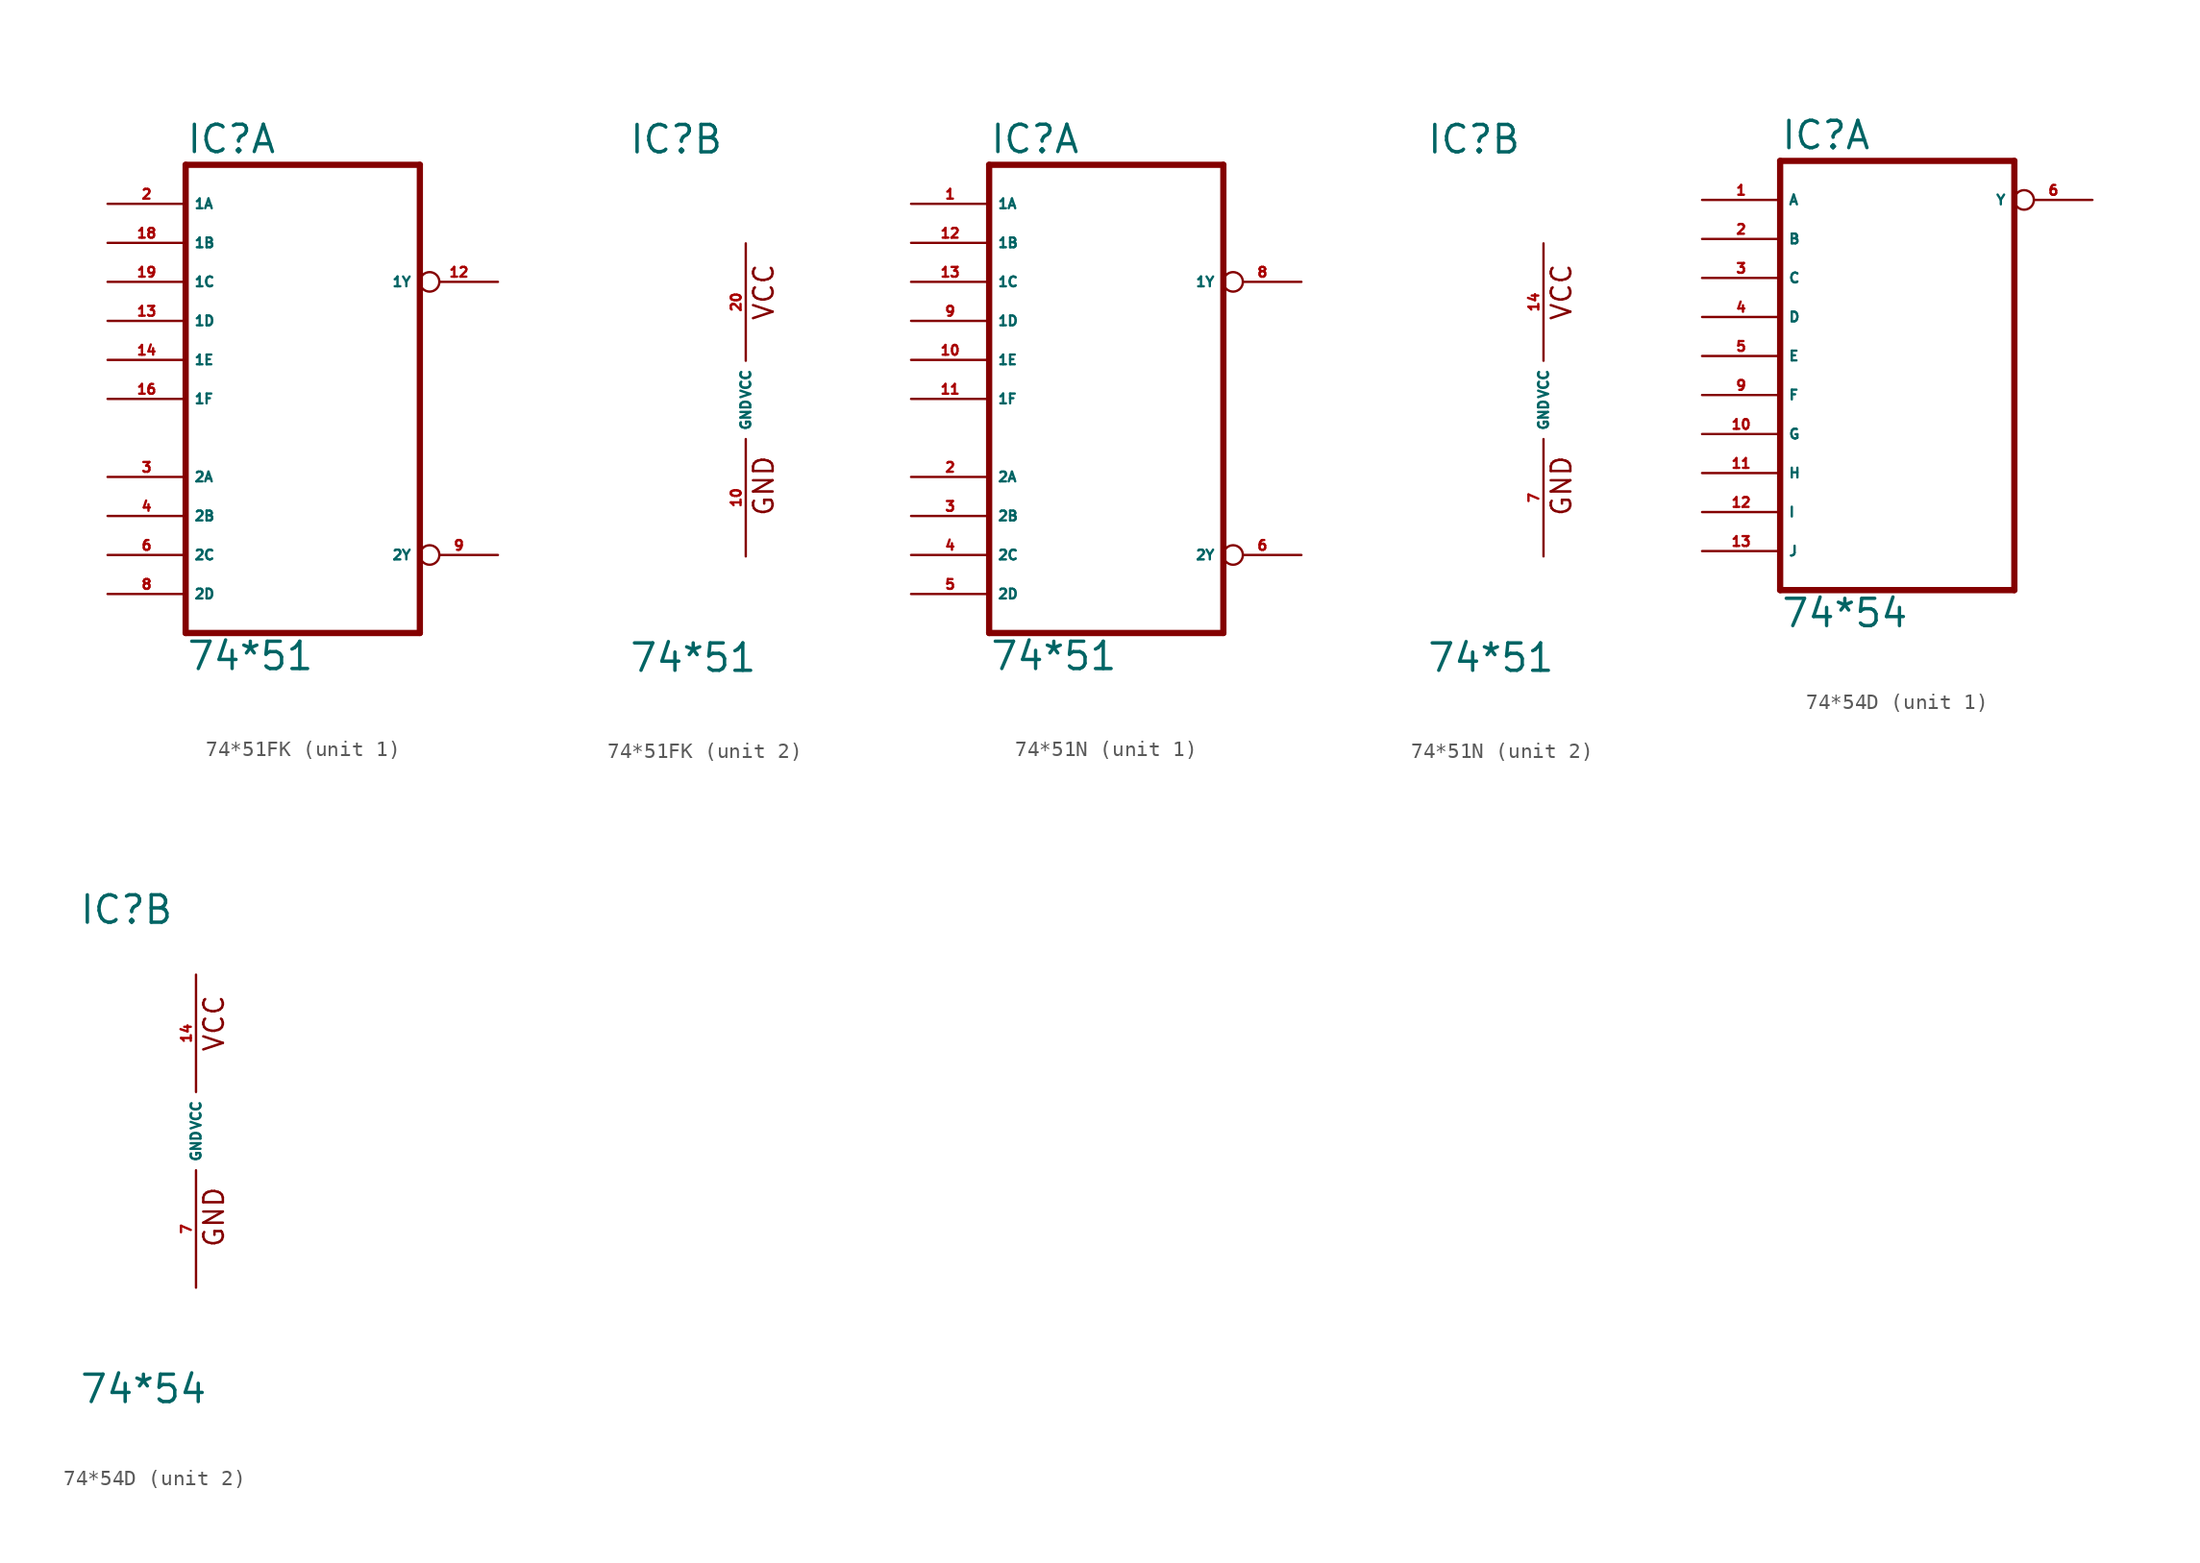
<source format=kicad_sym>
(kicad_symbol_lib
  (version 20220914)
  (generator Eagle2Kicad)
  (symbol "74*51FK"
    (property "Reference" "IC"
      (at -7.62 15.875 0)
      (effects (font (size 1.778 1.778) (thickness 0.22)) (justify left bottom)))
    (property "Value" "74*51"
      (at -7.62 -17.78 0)
      (effects (font (size 1.778 1.778) (thickness 0.22)) (justify left bottom)))
    (symbol "74*51FK_1_0"
      (polyline (pts (xy -7.62 -15.24) (xy 7.62 -15.24)) (stroke (width 0.406) (type default)) (fill (type none)))
      (polyline (pts (xy 7.62 -15.24) (xy 7.62 15.24)) (stroke (width 0.406) (type default)) (fill (type none)))
      (polyline (pts (xy 7.62 15.24) (xy -7.62 15.24)) (stroke (width 0.406) (type default)) (fill (type none)))
      (polyline (pts (xy -7.62 15.24) (xy -7.62 -15.24)) (stroke (width 0.406) (type default)) (fill (type none)))
      (pin input line (at -12.7 12.7 0) (length 5.08) (name "1A" (effects (font (size 0.635 0.635) (thickness 0.08)) (justify left bottom))) (number "2" (effects (font (size 0.635 0.635) (thickness 0.08)) (justify left bottom))))
      (pin input line (at -12.7 -5.08 0) (length 5.08) (name "2A" (effects (font (size 0.635 0.635) (thickness 0.08)) (justify left bottom))) (number "3" (effects (font (size 0.635 0.635) (thickness 0.08)) (justify left bottom))))
      (pin input line (at -12.7 -7.62 0) (length 5.08) (name "2B" (effects (font (size 0.635 0.635) (thickness 0.08)) (justify left bottom))) (number "4" (effects (font (size 0.635 0.635) (thickness 0.08)) (justify left bottom))))
      (pin input line (at -12.7 -10.16 0) (length 5.08) (name "2C" (effects (font (size 0.635 0.635) (thickness 0.08)) (justify left bottom))) (number "6" (effects (font (size 0.635 0.635) (thickness 0.08)) (justify left bottom))))
      (pin input line (at -12.7 -12.7 0) (length 5.08) (name "2D" (effects (font (size 0.635 0.635) (thickness 0.08)) (justify left bottom))) (number "8" (effects (font (size 0.635 0.635) (thickness 0.08)) (justify left bottom))))
      (pin output inverted (at 12.7 -10.16 180) (length 5.08) (name "2Y" (effects (font (size 0.635 0.635) (thickness 0.08)) (justify left bottom))) (number "9" (effects (font (size 0.635 0.635) (thickness 0.08)) (justify left bottom))))
      (pin output inverted (at 12.7 7.62 180) (length 5.08) (name "1Y" (effects (font (size 0.635 0.635) (thickness 0.08)) (justify left bottom))) (number "12" (effects (font (size 0.635 0.635) (thickness 0.08)) (justify left bottom))))
      (pin input line (at -12.7 5.08 0) (length 5.08) (name "1D" (effects (font (size 0.635 0.635) (thickness 0.08)) (justify left bottom))) (number "13" (effects (font (size 0.635 0.635) (thickness 0.08)) (justify left bottom))))
      (pin input line (at -12.7 2.54 0) (length 5.08) (name "1E" (effects (font (size 0.635 0.635) (thickness 0.08)) (justify left bottom))) (number "14" (effects (font (size 0.635 0.635) (thickness 0.08)) (justify left bottom))))
      (pin input line (at -12.7 0 0) (length 5.08) (name "1F" (effects (font (size 0.635 0.635) (thickness 0.08)) (justify left bottom))) (number "16" (effects (font (size 0.635 0.635) (thickness 0.08)) (justify left bottom))))
      (pin input line (at -12.7 10.16 0) (length 5.08) (name "1B" (effects (font (size 0.635 0.635) (thickness 0.08)) (justify left bottom))) (number "18" (effects (font (size 0.635 0.635) (thickness 0.08)) (justify left bottom))))
      (pin input line (at -12.7 7.62 0) (length 5.08) (name "1C" (effects (font (size 0.635 0.635) (thickness 0.08)) (justify left bottom))) (number "19" (effects (font (size 0.635 0.635) (thickness 0.08)) (justify left bottom)))))
    (symbol "74*51FK_2_0"
      (text "GND" (at 1.905 -7.62 900) (effects (font (size 1.27 1.27) (thickness 0.16)) (justify left bottom)))
      (text "VCC" (at 1.905 5.08 900) (effects (font (size 1.27 1.27) (thickness 0.16)) (justify left bottom)))
      (pin unspecified line (at 0 -10.16 90) (length 7.62) (name "GND" (effects (font (size 0.635 0.635) (thickness 0.08)) (justify left bottom))) (number "10" (effects (font (size 0.635 0.635) (thickness 0.08)) (justify left bottom))))
      (pin unspecified line (at 0 10.16 270) (length 7.62) (name "VCC" (effects (font (size 0.635 0.635) (thickness 0.08)) (justify left bottom))) (number "20" (effects (font (size 0.635 0.635) (thickness 0.08)) (justify left bottom))))))
  (symbol "74*51N"
    (property "Reference" "IC"
      (at -7.62 15.875 0)
      (effects (font (size 1.778 1.778) (thickness 0.22)) (justify left bottom)))
    (property "Value" "74*51"
      (at -7.62 -17.78 0)
      (effects (font (size 1.778 1.778) (thickness 0.22)) (justify left bottom)))
    (symbol "74*51N_1_0"
      (polyline (pts (xy -7.62 -15.24) (xy 7.62 -15.24)) (stroke (width 0.406) (type default)) (fill (type none)))
      (polyline (pts (xy 7.62 -15.24) (xy 7.62 15.24)) (stroke (width 0.406) (type default)) (fill (type none)))
      (polyline (pts (xy 7.62 15.24) (xy -7.62 15.24)) (stroke (width 0.406) (type default)) (fill (type none)))
      (polyline (pts (xy -7.62 15.24) (xy -7.62 -15.24)) (stroke (width 0.406) (type default)) (fill (type none)))
      (pin input line (at -12.7 12.7 0) (length 5.08) (name "1A" (effects (font (size 0.635 0.635) (thickness 0.08)) (justify left bottom))) (number "1" (effects (font (size 0.635 0.635) (thickness 0.08)) (justify left bottom))))
      (pin input line (at -12.7 -5.08 0) (length 5.08) (name "2A" (effects (font (size 0.635 0.635) (thickness 0.08)) (justify left bottom))) (number "2" (effects (font (size 0.635 0.635) (thickness 0.08)) (justify left bottom))))
      (pin input line (at -12.7 -7.62 0) (length 5.08) (name "2B" (effects (font (size 0.635 0.635) (thickness 0.08)) (justify left bottom))) (number "3" (effects (font (size 0.635 0.635) (thickness 0.08)) (justify left bottom))))
      (pin input line (at -12.7 -10.16 0) (length 5.08) (name "2C" (effects (font (size 0.635 0.635) (thickness 0.08)) (justify left bottom))) (number "4" (effects (font (size 0.635 0.635) (thickness 0.08)) (justify left bottom))))
      (pin input line (at -12.7 -12.7 0) (length 5.08) (name "2D" (effects (font (size 0.635 0.635) (thickness 0.08)) (justify left bottom))) (number "5" (effects (font (size 0.635 0.635) (thickness 0.08)) (justify left bottom))))
      (pin output inverted (at 12.7 -10.16 180) (length 5.08) (name "2Y" (effects (font (size 0.635 0.635) (thickness 0.08)) (justify left bottom))) (number "6" (effects (font (size 0.635 0.635) (thickness 0.08)) (justify left bottom))))
      (pin output inverted (at 12.7 7.62 180) (length 5.08) (name "1Y" (effects (font (size 0.635 0.635) (thickness 0.08)) (justify left bottom))) (number "8" (effects (font (size 0.635 0.635) (thickness 0.08)) (justify left bottom))))
      (pin input line (at -12.7 5.08 0) (length 5.08) (name "1D" (effects (font (size 0.635 0.635) (thickness 0.08)) (justify left bottom))) (number "9" (effects (font (size 0.635 0.635) (thickness 0.08)) (justify left bottom))))
      (pin input line (at -12.7 2.54 0) (length 5.08) (name "1E" (effects (font (size 0.635 0.635) (thickness 0.08)) (justify left bottom))) (number "10" (effects (font (size 0.635 0.635) (thickness 0.08)) (justify left bottom))))
      (pin input line (at -12.7 0 0) (length 5.08) (name "1F" (effects (font (size 0.635 0.635) (thickness 0.08)) (justify left bottom))) (number "11" (effects (font (size 0.635 0.635) (thickness 0.08)) (justify left bottom))))
      (pin input line (at -12.7 10.16 0) (length 5.08) (name "1B" (effects (font (size 0.635 0.635) (thickness 0.08)) (justify left bottom))) (number "12" (effects (font (size 0.635 0.635) (thickness 0.08)) (justify left bottom))))
      (pin input line (at -12.7 7.62 0) (length 5.08) (name "1C" (effects (font (size 0.635 0.635) (thickness 0.08)) (justify left bottom))) (number "13" (effects (font (size 0.635 0.635) (thickness 0.08)) (justify left bottom)))))
    (symbol "74*51N_2_0"
      (text "GND" (at 1.905 -7.62 900) (effects (font (size 1.27 1.27) (thickness 0.16)) (justify left bottom)))
      (text "VCC" (at 1.905 5.08 900) (effects (font (size 1.27 1.27) (thickness 0.16)) (justify left bottom)))
      (pin unspecified line (at 0 -10.16 90) (length 7.62) (name "GND" (effects (font (size 0.635 0.635) (thickness 0.08)) (justify left bottom))) (number "7" (effects (font (size 0.635 0.635) (thickness 0.08)) (justify left bottom))))
      (pin unspecified line (at 0 10.16 270) (length 7.62) (name "VCC" (effects (font (size 0.635 0.635) (thickness 0.08)) (justify left bottom))) (number "14" (effects (font (size 0.635 0.635) (thickness 0.08)) (justify left bottom))))))
  (symbol "74*54D"
    (property "Reference" "IC"
      (at -7.62 13.335 0)
      (effects (font (size 1.778 1.778) (thickness 0.22)) (justify left bottom)))
    (property "Value" "74*54"
      (at -7.62 -17.78 0)
      (effects (font (size 1.778 1.778) (thickness 0.22)) (justify left bottom)))
    (symbol "74*54D_1_0"
      (polyline (pts (xy -7.62 -15.24) (xy 7.62 -15.24)) (stroke (width 0.406) (type default)) (fill (type none)))
      (polyline (pts (xy 7.62 -15.24) (xy 7.62 12.7)) (stroke (width 0.406) (type default)) (fill (type none)))
      (polyline (pts (xy 7.62 12.7) (xy -7.62 12.7)) (stroke (width 0.406) (type default)) (fill (type none)))
      (polyline (pts (xy -7.62 12.7) (xy -7.62 -15.24)) (stroke (width 0.406) (type default)) (fill (type none)))
      (pin input line (at -12.7 10.16 0) (length 5.08) (name "A" (effects (font (size 0.635 0.635) (thickness 0.08)) (justify left bottom))) (number "1" (effects (font (size 0.635 0.635) (thickness 0.08)) (justify left bottom))))
      (pin input line (at -12.7 7.62 0) (length 5.08) (name "B" (effects (font (size 0.635 0.635) (thickness 0.08)) (justify left bottom))) (number "2" (effects (font (size 0.635 0.635) (thickness 0.08)) (justify left bottom))))
      (pin input line (at -12.7 5.08 0) (length 5.08) (name "C" (effects (font (size 0.635 0.635) (thickness 0.08)) (justify left bottom))) (number "3" (effects (font (size 0.635 0.635) (thickness 0.08)) (justify left bottom))))
      (pin input line (at -12.7 2.54 0) (length 5.08) (name "D" (effects (font (size 0.635 0.635) (thickness 0.08)) (justify left bottom))) (number "4" (effects (font (size 0.635 0.635) (thickness 0.08)) (justify left bottom))))
      (pin input line (at -12.7 0 0) (length 5.08) (name "E" (effects (font (size 0.635 0.635) (thickness 0.08)) (justify left bottom))) (number "5" (effects (font (size 0.635 0.635) (thickness 0.08)) (justify left bottom))))
      (pin output inverted (at 12.7 10.16 180) (length 5.08) (name "Y" (effects (font (size 0.635 0.635) (thickness 0.08)) (justify left bottom))) (number "6" (effects (font (size 0.635 0.635) (thickness 0.08)) (justify left bottom))))
      (pin input line (at -12.7 -2.54 0) (length 5.08) (name "F" (effects (font (size 0.635 0.635) (thickness 0.08)) (justify left bottom))) (number "9" (effects (font (size 0.635 0.635) (thickness 0.08)) (justify left bottom))))
      (pin input line (at -12.7 -5.08 0) (length 5.08) (name "G" (effects (font (size 0.635 0.635) (thickness 0.08)) (justify left bottom))) (number "10" (effects (font (size 0.635 0.635) (thickness 0.08)) (justify left bottom))))
      (pin input line (at -12.7 -7.62 0) (length 5.08) (name "H" (effects (font (size 0.635 0.635) (thickness 0.08)) (justify left bottom))) (number "11" (effects (font (size 0.635 0.635) (thickness 0.08)) (justify left bottom))))
      (pin input line (at -12.7 -10.16 0) (length 5.08) (name "I" (effects (font (size 0.635 0.635) (thickness 0.08)) (justify left bottom))) (number "12" (effects (font (size 0.635 0.635) (thickness 0.08)) (justify left bottom))))
      (pin input line (at -12.7 -12.7 0) (length 5.08) (name "J" (effects (font (size 0.635 0.635) (thickness 0.08)) (justify left bottom))) (number "13" (effects (font (size 0.635 0.635) (thickness 0.08)) (justify left bottom)))))
    (symbol "74*54D_2_0"
      (text "GND" (at 1.905 -7.62 900) (effects (font (size 1.27 1.27) (thickness 0.16)) (justify left bottom)))
      (text "VCC" (at 1.905 5.08 900) (effects (font (size 1.27 1.27) (thickness 0.16)) (justify left bottom)))
      (pin unspecified line (at 0 -10.16 90) (length 7.62) (name "GND" (effects (font (size 0.635 0.635) (thickness 0.08)) (justify left bottom))) (number "7" (effects (font (size 0.635 0.635) (thickness 0.08)) (justify left bottom))))
      (pin unspecified line (at 0 10.16 270) (length 7.62) (name "VCC" (effects (font (size 0.635 0.635) (thickness 0.08)) (justify left bottom))) (number "14" (effects (font (size 0.635 0.635) (thickness 0.08)) (justify left bottom)))))))
</source>
